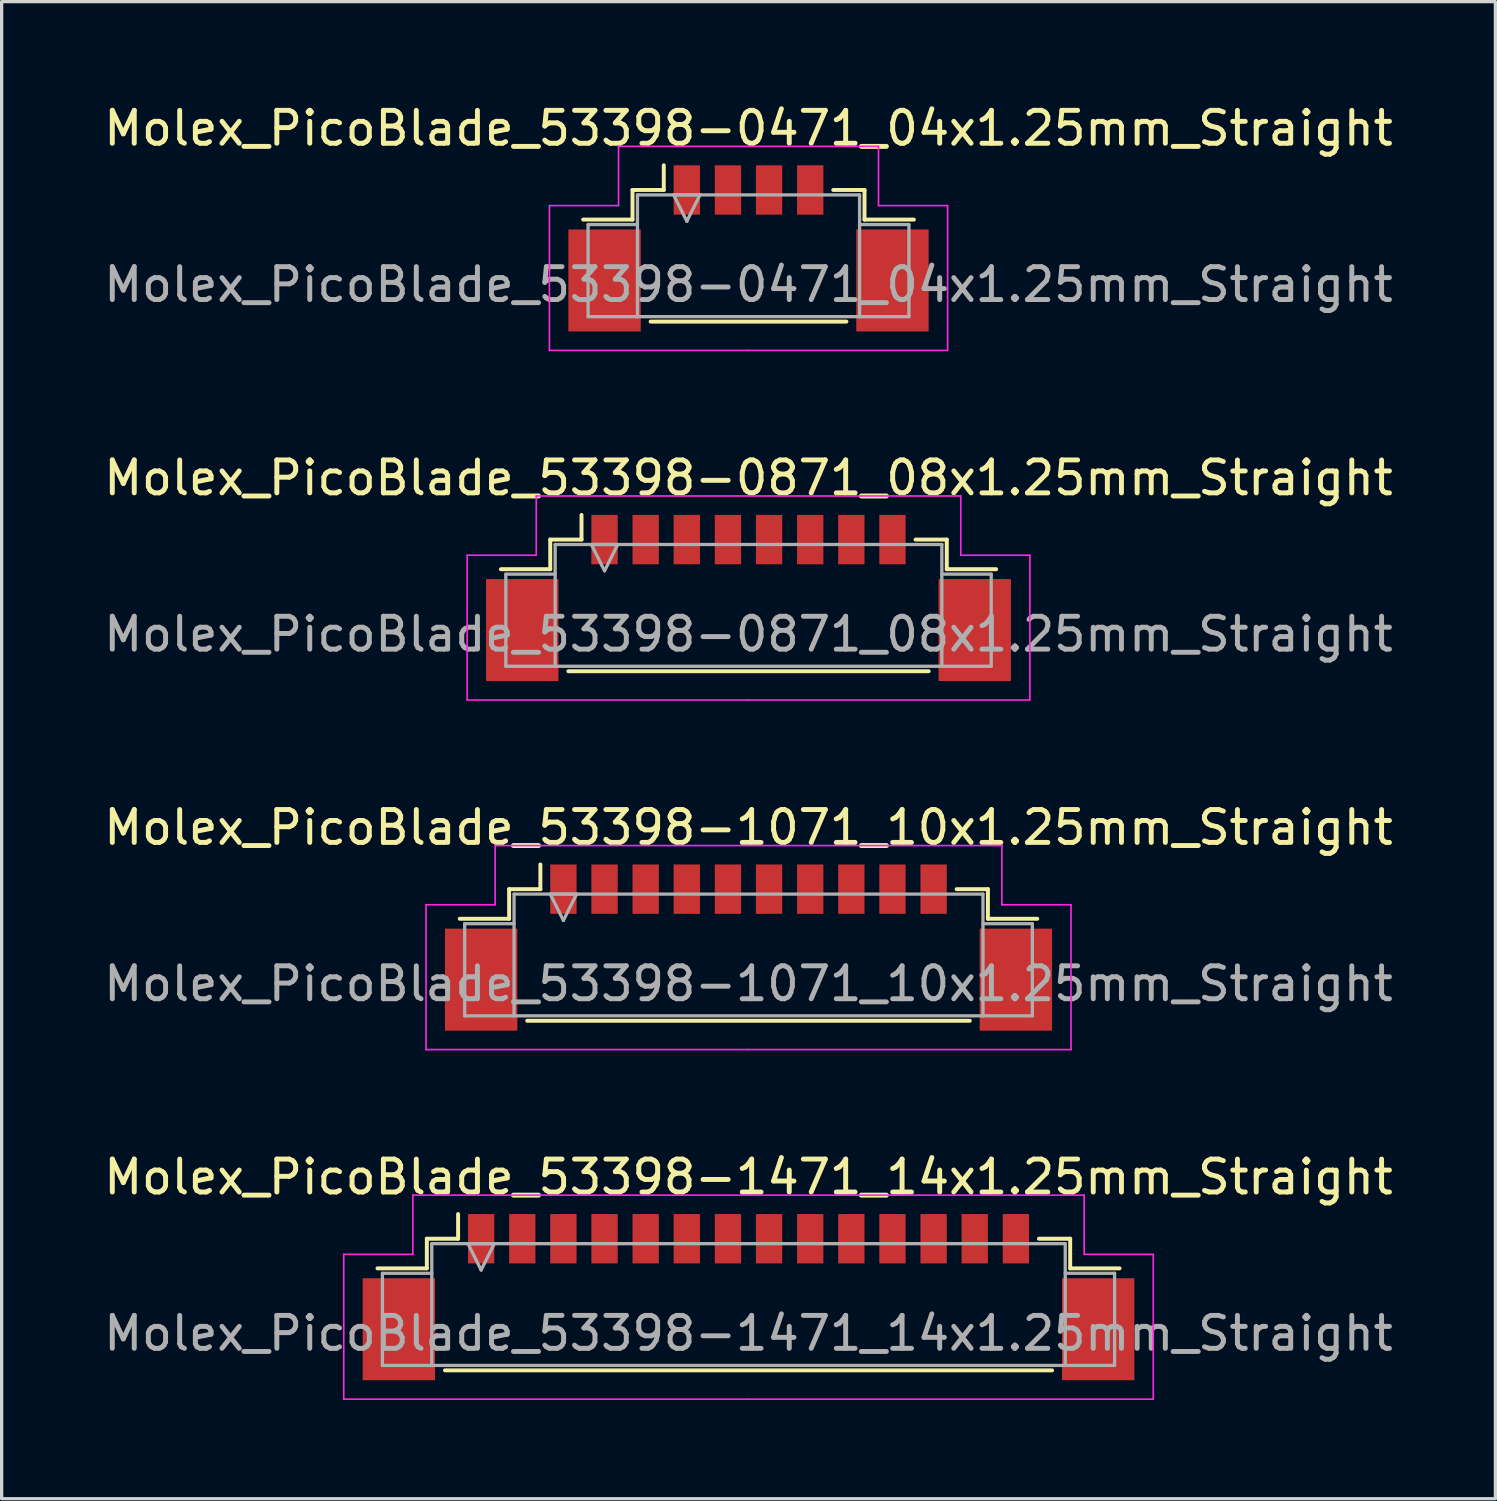
<source format=kicad_pcb>
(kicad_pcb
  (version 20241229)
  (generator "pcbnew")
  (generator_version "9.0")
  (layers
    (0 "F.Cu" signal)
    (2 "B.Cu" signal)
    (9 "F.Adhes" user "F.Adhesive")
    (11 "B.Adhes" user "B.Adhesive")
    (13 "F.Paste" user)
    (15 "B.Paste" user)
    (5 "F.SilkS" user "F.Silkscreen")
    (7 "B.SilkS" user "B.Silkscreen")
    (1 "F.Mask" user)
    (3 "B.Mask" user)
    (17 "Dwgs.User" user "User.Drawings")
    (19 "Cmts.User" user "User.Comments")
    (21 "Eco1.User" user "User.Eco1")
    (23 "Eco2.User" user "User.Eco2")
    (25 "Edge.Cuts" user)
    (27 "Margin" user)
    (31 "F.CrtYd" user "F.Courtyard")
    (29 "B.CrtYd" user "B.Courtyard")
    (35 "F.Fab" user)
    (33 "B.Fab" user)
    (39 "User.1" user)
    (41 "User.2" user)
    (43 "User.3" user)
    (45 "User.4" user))
  (footprint "Molex_PicoBlade_53398-0471_04x1.25mm_Straight"
    (layer "F.Cu")
    (at 19.696 4.098)
    (property "Reference" "Molex_PicoBlade_53398-0471_04x1.25mm_Straight" (at 0 -3.25 0) (layer "F.SilkS") (effects (font (size 1 1) (thickness 0.15))))
    (attr smd)
    (fp_line (start -3.525 -1.375) (end -3.525 -0.475) (stroke (width 0.12) (type solid)) (layer "F.SilkS"))
    (fp_line (start -3.525 -0.475) (end -5.025 -0.475) (stroke (width 0.12) (type solid)) (layer "F.SilkS"))
    (fp_line (start -2.975 2.625) (end 2.975 2.625) (stroke (width 0.12) (type solid)) (layer "F.SilkS"))
    (fp_line (start -2.575 -1.375) (end -3.525 -1.375) (stroke (width 0.12) (type solid)) (layer "F.SilkS"))
    (fp_line (start -2.575 -1.375) (end -2.575 -2.125) (stroke (width 0.12) (type solid)) (layer "F.SilkS"))
    (fp_line (start 2.575 -1.375) (end 3.525 -1.375) (stroke (width 0.12) (type solid)) (layer "F.SilkS"))
    (fp_line (start 3.525 -1.375) (end 3.525 -0.475) (stroke (width 0.12) (type solid)) (layer "F.SilkS"))
    (fp_line (start 3.525 -0.475) (end 5.025 -0.475) (stroke (width 0.12) (type solid)) (layer "F.SilkS"))
    (fp_line (start -6.05 -0.9) (end -6.05 3.5) (stroke (width 0.05) (type solid)) (layer "F.CrtYd"))
    (fp_line (start -6.05 3.5) (end 0 3.5) (stroke (width 0.05) (type solid)) (layer "F.CrtYd"))
    (fp_line (start -3.95 -2.7) (end -3.95 -0.9) (stroke (width 0.05) (type solid)) (layer "F.CrtYd"))
    (fp_line (start -3.95 -0.9) (end -6.05 -0.9) (stroke (width 0.05) (type solid)) (layer "F.CrtYd"))
    (fp_line (start 0 -2.7) (end -3.95 -2.7) (stroke (width 0.05) (type solid)) (layer "F.CrtYd"))
    (fp_line (start 0 -2.7) (end 3.95 -2.7) (stroke (width 0.05) (type solid)) (layer "F.CrtYd"))
    (fp_line (start 3.95 -2.7) (end 3.95 -0.9) (stroke (width 0.05) (type solid)) (layer "F.CrtYd"))
    (fp_line (start 3.95 -0.9) (end 6.05 -0.9) (stroke (width 0.05) (type solid)) (layer "F.CrtYd"))
    (fp_line (start 6.05 -0.9) (end 6.05 3.5) (stroke (width 0.05) (type solid)) (layer "F.CrtYd"))
    (fp_line (start 6.05 3.5) (end 0 3.5) (stroke (width 0.05) (type solid)) (layer "F.CrtYd"))
    (fp_line (start -4.875 -0.325) (end -3.375 -0.325) (stroke (width 0.1) (type solid)) (layer "F.Fab"))
    (fp_line (start -4.875 2.475) (end -4.875 -0.325) (stroke (width 0.1) (type solid)) (layer "F.Fab"))
    (fp_line (start -3.375 -1.225) (end -3.375 2.475) (stroke (width 0.1) (type solid)) (layer "F.Fab"))
    (fp_line (start -3.375 2.475) (end -4.875 2.475) (stroke (width 0.1) (type solid)) (layer "F.Fab"))
    (fp_line (start -3.375 2.475) (end 3.375 2.475) (stroke (width 0.1) (type solid)) (layer "F.Fab"))
    (fp_line (start -2.275 -1.225) (end -1.875 -0.425) (stroke (width 0.1) (type solid)) (layer "F.Fab"))
    (fp_line (start -1.875 -0.425) (end -1.475 -1.225) (stroke (width 0.1) (type solid)) (layer "F.Fab"))
    (fp_line (start -1.475 -1.225) (end -2.275 -1.225) (stroke (width 0.1) (type solid)) (layer "F.Fab"))
    (fp_line (start 3.375 -1.225) (end -3.375 -1.225) (stroke (width 0.1) (type solid)) (layer "F.Fab"))
    (fp_line (start 3.375 2.475) (end 3.375 -1.225) (stroke (width 0.1) (type solid)) (layer "F.Fab"))
    (fp_line (start 3.375 2.475) (end 4.875 2.475) (stroke (width 0.1) (type solid)) (layer "F.Fab"))
    (fp_line (start 4.875 -0.325) (end 3.375 -0.325) (stroke (width 0.1) (type solid)) (layer "F.Fab"))
    (fp_line (start 4.875 2.475) (end 4.875 -0.325) (stroke (width 0.1) (type solid)) (layer "F.Fab"))
    (fp_text user "${REFERENCE}" (at 0 1.5 0) (layer "F.Fab") (effects (font (size 1 1) (thickness 0.15))))
    (pad "" smd rect (at -4.375 1.375) (size 2.2 3.1) (layers "F.Cu" "F.Mask" "F.Paste"))
    (pad "" smd rect (at 4.375 1.375) (size 2.2 3.1) (layers "F.Cu" "F.Mask" "F.Paste"))
    (pad "1" smd rect (at -1.875 -1.375) (size 0.8 1.5) (layers "F.Cu" "F.Mask" "F.Paste"))
    (pad "2" smd rect (at -0.625 -1.375) (size 0.8 1.5) (layers "F.Cu" "F.Mask" "F.Paste"))
    (pad "3" smd rect (at 0.625 -1.375) (size 0.8 1.5) (layers "F.Cu" "F.Mask" "F.Paste"))
    (pad "4" smd rect (at 1.875 -1.375) (size 0.8 1.5) (layers "F.Cu" "F.Mask" "F.Paste")))
  (footprint "Molex_PicoBlade_53398-1471_14x1.25mm_Straight"
    (layer "F.Cu")
    (at 19.696 35.968)
    (property "Reference" "Molex_PicoBlade_53398-1471_14x1.25mm_Straight" (at 0 -3.25 0) (layer "F.SilkS") (effects (font (size 1 1) (thickness 0.15))))
    (attr smd)
    (fp_line (start -9.775 -1.375) (end -9.775 -0.475) (stroke (width 0.12) (type solid)) (layer "F.SilkS"))
    (fp_line (start -9.775 -0.475) (end -11.275 -0.475) (stroke (width 0.12) (type solid)) (layer "F.SilkS"))
    (fp_line (start -9.225 2.625) (end 9.225 2.625) (stroke (width 0.12) (type solid)) (layer "F.SilkS"))
    (fp_line (start -8.825 -1.375) (end -9.775 -1.375) (stroke (width 0.12) (type solid)) (layer "F.SilkS"))
    (fp_line (start -8.825 -1.375) (end -8.825 -2.125) (stroke (width 0.12) (type solid)) (layer "F.SilkS"))
    (fp_line (start 8.825 -1.375) (end 9.775 -1.375) (stroke (width 0.12) (type solid)) (layer "F.SilkS"))
    (fp_line (start 9.775 -1.375) (end 9.775 -0.475) (stroke (width 0.12) (type solid)) (layer "F.SilkS"))
    (fp_line (start 9.775 -0.475) (end 11.275 -0.475) (stroke (width 0.12) (type solid)) (layer "F.SilkS"))
    (fp_line (start -12.3 -0.9) (end -12.3 3.5) (stroke (width 0.05) (type solid)) (layer "F.CrtYd"))
    (fp_line (start -12.3 3.5) (end 0 3.5) (stroke (width 0.05) (type solid)) (layer "F.CrtYd"))
    (fp_line (start -10.2 -2.7) (end -10.2 -0.9) (stroke (width 0.05) (type solid)) (layer "F.CrtYd"))
    (fp_line (start -10.2 -0.9) (end -12.3 -0.9) (stroke (width 0.05) (type solid)) (layer "F.CrtYd"))
    (fp_line (start 0 -2.7) (end -10.2 -2.7) (stroke (width 0.05) (type solid)) (layer "F.CrtYd"))
    (fp_line (start 0 -2.7) (end 10.2 -2.7) (stroke (width 0.05) (type solid)) (layer "F.CrtYd"))
    (fp_line (start 10.2 -2.7) (end 10.2 -0.9) (stroke (width 0.05) (type solid)) (layer "F.CrtYd"))
    (fp_line (start 10.2 -0.9) (end 12.3 -0.9) (stroke (width 0.05) (type solid)) (layer "F.CrtYd"))
    (fp_line (start 12.3 -0.9) (end 12.3 3.5) (stroke (width 0.05) (type solid)) (layer "F.CrtYd"))
    (fp_line (start 12.3 3.5) (end 0 3.5) (stroke (width 0.05) (type solid)) (layer "F.CrtYd"))
    (fp_line (start -11.125 -0.325) (end -9.625 -0.325) (stroke (width 0.1) (type solid)) (layer "F.Fab"))
    (fp_line (start -11.125 2.475) (end -11.125 -0.325) (stroke (width 0.1) (type solid)) (layer "F.Fab"))
    (fp_line (start -9.625 -1.225) (end -9.625 2.475) (stroke (width 0.1) (type solid)) (layer "F.Fab"))
    (fp_line (start -9.625 2.475) (end -11.125 2.475) (stroke (width 0.1) (type solid)) (layer "F.Fab"))
    (fp_line (start -9.625 2.475) (end 9.625 2.475) (stroke (width 0.1) (type solid)) (layer "F.Fab"))
    (fp_line (start -8.525 -1.225) (end -8.125 -0.425) (stroke (width 0.1) (type solid)) (layer "F.Fab"))
    (fp_line (start -8.125 -0.425) (end -7.725 -1.225) (stroke (width 0.1) (type solid)) (layer "F.Fab"))
    (fp_line (start -7.725 -1.225) (end -8.525 -1.225) (stroke (width 0.1) (type solid)) (layer "F.Fab"))
    (fp_line (start 9.625 -1.225) (end -9.625 -1.225) (stroke (width 0.1) (type solid)) (layer "F.Fab"))
    (fp_line (start 9.625 2.475) (end 9.625 -1.225) (stroke (width 0.1) (type solid)) (layer "F.Fab"))
    (fp_line (start 9.625 2.475) (end 11.125 2.475) (stroke (width 0.1) (type solid)) (layer "F.Fab"))
    (fp_line (start 11.125 -0.325) (end 9.625 -0.325) (stroke (width 0.1) (type solid)) (layer "F.Fab"))
    (fp_line (start 11.125 2.475) (end 11.125 -0.325) (stroke (width 0.1) (type solid)) (layer "F.Fab"))
    (fp_text user "${REFERENCE}" (at 0 1.5 0) (layer "F.Fab") (effects (font (size 1 1) (thickness 0.15))))
    (pad "" smd rect (at -10.625 1.375) (size 2.2 3.1) (layers "F.Cu" "F.Mask" "F.Paste"))
    (pad "" smd rect (at 10.625 1.375) (size 2.2 3.1) (layers "F.Cu" "F.Mask" "F.Paste"))
    (pad "1" smd rect (at -8.125 -1.375) (size 0.8 1.5) (layers "F.Cu" "F.Mask" "F.Paste"))
    (pad "2" smd rect (at -6.875 -1.375) (size 0.8 1.5) (layers "F.Cu" "F.Mask" "F.Paste"))
    (pad "3" smd rect (at -5.625 -1.375) (size 0.8 1.5) (layers "F.Cu" "F.Mask" "F.Paste"))
    (pad "4" smd rect (at -4.375 -1.375) (size 0.8 1.5) (layers "F.Cu" "F.Mask" "F.Paste"))
    (pad "5" smd rect (at -3.125 -1.375) (size 0.8 1.5) (layers "F.Cu" "F.Mask" "F.Paste"))
    (pad "6" smd rect (at -1.875 -1.375) (size 0.8 1.5) (layers "F.Cu" "F.Mask" "F.Paste"))
    (pad "7" smd rect (at -0.625 -1.375) (size 0.8 1.5) (layers "F.Cu" "F.Mask" "F.Paste"))
    (pad "8" smd rect (at 0.625 -1.375) (size 0.8 1.5) (layers "F.Cu" "F.Mask" "F.Paste"))
    (pad "9" smd rect (at 1.875 -1.375) (size 0.8 1.5) (layers "F.Cu" "F.Mask" "F.Paste"))
    (pad "10" smd rect (at 3.125 -1.375) (size 0.8 1.5) (layers "F.Cu" "F.Mask" "F.Paste"))
    (pad "11" smd rect (at 4.375 -1.375) (size 0.8 1.5) (layers "F.Cu" "F.Mask" "F.Paste"))
    (pad "12" smd rect (at 5.625 -1.375) (size 0.8 1.5) (layers "F.Cu" "F.Mask" "F.Paste"))
    (pad "13" smd rect (at 6.875 -1.375) (size 0.8 1.5) (layers "F.Cu" "F.Mask" "F.Paste"))
    (pad "14" smd rect (at 8.125 -1.375) (size 0.8 1.5) (layers "F.Cu" "F.Mask" "F.Paste")))
  (footprint "Molex_PicoBlade_53398-0871_08x1.25mm_Straight"
    (layer "F.Cu")
    (at 19.696 14.722)
    (property "Reference" "Molex_PicoBlade_53398-0871_08x1.25mm_Straight" (at 0 -3.25 0) (layer "F.SilkS") (effects (font (size 1 1) (thickness 0.15))))
    (attr smd)
    (fp_line (start -6.025 -1.375) (end -6.025 -0.475) (stroke (width 0.12) (type solid)) (layer "F.SilkS"))
    (fp_line (start -6.025 -0.475) (end -7.525 -0.475) (stroke (width 0.12) (type solid)) (layer "F.SilkS"))
    (fp_line (start -5.475 2.625) (end 5.475 2.625) (stroke (width 0.12) (type solid)) (layer "F.SilkS"))
    (fp_line (start -5.075 -1.375) (end -6.025 -1.375) (stroke (width 0.12) (type solid)) (layer "F.SilkS"))
    (fp_line (start -5.075 -1.375) (end -5.075 -2.125) (stroke (width 0.12) (type solid)) (layer "F.SilkS"))
    (fp_line (start 5.075 -1.375) (end 6.025 -1.375) (stroke (width 0.12) (type solid)) (layer "F.SilkS"))
    (fp_line (start 6.025 -1.375) (end 6.025 -0.475) (stroke (width 0.12) (type solid)) (layer "F.SilkS"))
    (fp_line (start 6.025 -0.475) (end 7.525 -0.475) (stroke (width 0.12) (type solid)) (layer "F.SilkS"))
    (fp_line (start -8.55 -0.9) (end -8.55 3.5) (stroke (width 0.05) (type solid)) (layer "F.CrtYd"))
    (fp_line (start -8.55 3.5) (end 0 3.5) (stroke (width 0.05) (type solid)) (layer "F.CrtYd"))
    (fp_line (start -6.45 -2.7) (end -6.45 -0.9) (stroke (width 0.05) (type solid)) (layer "F.CrtYd"))
    (fp_line (start -6.45 -0.9) (end -8.55 -0.9) (stroke (width 0.05) (type solid)) (layer "F.CrtYd"))
    (fp_line (start 0 -2.7) (end -6.45 -2.7) (stroke (width 0.05) (type solid)) (layer "F.CrtYd"))
    (fp_line (start 0 -2.7) (end 6.45 -2.7) (stroke (width 0.05) (type solid)) (layer "F.CrtYd"))
    (fp_line (start 6.45 -2.7) (end 6.45 -0.9) (stroke (width 0.05) (type solid)) (layer "F.CrtYd"))
    (fp_line (start 6.45 -0.9) (end 8.55 -0.9) (stroke (width 0.05) (type solid)) (layer "F.CrtYd"))
    (fp_line (start 8.55 -0.9) (end 8.55 3.5) (stroke (width 0.05) (type solid)) (layer "F.CrtYd"))
    (fp_line (start 8.55 3.5) (end 0 3.5) (stroke (width 0.05) (type solid)) (layer "F.CrtYd"))
    (fp_line (start -7.375 -0.325) (end -5.875 -0.325) (stroke (width 0.1) (type solid)) (layer "F.Fab"))
    (fp_line (start -7.375 2.475) (end -7.375 -0.325) (stroke (width 0.1) (type solid)) (layer "F.Fab"))
    (fp_line (start -5.875 -1.225) (end -5.875 2.475) (stroke (width 0.1) (type solid)) (layer "F.Fab"))
    (fp_line (start -5.875 2.475) (end -7.375 2.475) (stroke (width 0.1) (type solid)) (layer "F.Fab"))
    (fp_line (start -5.875 2.475) (end 5.875 2.475) (stroke (width 0.1) (type solid)) (layer "F.Fab"))
    (fp_line (start -4.775 -1.225) (end -4.375 -0.425) (stroke (width 0.1) (type solid)) (layer "F.Fab"))
    (fp_line (start -4.375 -0.425) (end -3.975 -1.225) (stroke (width 0.1) (type solid)) (layer "F.Fab"))
    (fp_line (start -3.975 -1.225) (end -4.775 -1.225) (stroke (width 0.1) (type solid)) (layer "F.Fab"))
    (fp_line (start 5.875 -1.225) (end -5.875 -1.225) (stroke (width 0.1) (type solid)) (layer "F.Fab"))
    (fp_line (start 5.875 2.475) (end 5.875 -1.225) (stroke (width 0.1) (type solid)) (layer "F.Fab"))
    (fp_line (start 5.875 2.475) (end 7.375 2.475) (stroke (width 0.1) (type solid)) (layer "F.Fab"))
    (fp_line (start 7.375 -0.325) (end 5.875 -0.325) (stroke (width 0.1) (type solid)) (layer "F.Fab"))
    (fp_line (start 7.375 2.475) (end 7.375 -0.325) (stroke (width 0.1) (type solid)) (layer "F.Fab"))
    (fp_text user "${REFERENCE}" (at 0 1.5 0) (layer "F.Fab") (effects (font (size 1 1) (thickness 0.15))))
    (pad "" smd rect (at -6.875 1.375) (size 2.2 3.1) (layers "F.Cu" "F.Mask" "F.Paste"))
    (pad "" smd rect (at 6.875 1.375) (size 2.2 3.1) (layers "F.Cu" "F.Mask" "F.Paste"))
    (pad "1" smd rect (at -4.375 -1.375) (size 0.8 1.5) (layers "F.Cu" "F.Mask" "F.Paste"))
    (pad "2" smd rect (at -3.125 -1.375) (size 0.8 1.5) (layers "F.Cu" "F.Mask" "F.Paste"))
    (pad "3" smd rect (at -1.875 -1.375) (size 0.8 1.5) (layers "F.Cu" "F.Mask" "F.Paste"))
    (pad "4" smd rect (at -0.625 -1.375) (size 0.8 1.5) (layers "F.Cu" "F.Mask" "F.Paste"))
    (pad "5" smd rect (at 0.625 -1.375) (size 0.8 1.5) (layers "F.Cu" "F.Mask" "F.Paste"))
    (pad "6" smd rect (at 1.875 -1.375) (size 0.8 1.5) (layers "F.Cu" "F.Mask" "F.Paste"))
    (pad "7" smd rect (at 3.125 -1.375) (size 0.8 1.5) (layers "F.Cu" "F.Mask" "F.Paste"))
    (pad "8" smd rect (at 4.375 -1.375) (size 0.8 1.5) (layers "F.Cu" "F.Mask" "F.Paste")))
  (footprint "Molex_PicoBlade_53398-1071_10x1.25mm_Straight"
    (layer "F.Cu")
    (at 19.696 25.345)
    (property "Reference" "Molex_PicoBlade_53398-1071_10x1.25mm_Straight" (at 0 -3.25 0) (layer "F.SilkS") (effects (font (size 1 1) (thickness 0.15))))
    (attr smd)
    (fp_line (start -7.275 -1.375) (end -7.275 -0.475) (stroke (width 0.12) (type solid)) (layer "F.SilkS"))
    (fp_line (start -7.275 -0.475) (end -8.775 -0.475) (stroke (width 0.12) (type solid)) (layer "F.SilkS"))
    (fp_line (start -6.725 2.625) (end 6.725 2.625) (stroke (width 0.12) (type solid)) (layer "F.SilkS"))
    (fp_line (start -6.325 -1.375) (end -7.275 -1.375) (stroke (width 0.12) (type solid)) (layer "F.SilkS"))
    (fp_line (start -6.325 -1.375) (end -6.325 -2.125) (stroke (width 0.12) (type solid)) (layer "F.SilkS"))
    (fp_line (start 6.325 -1.375) (end 7.275 -1.375) (stroke (width 0.12) (type solid)) (layer "F.SilkS"))
    (fp_line (start 7.275 -1.375) (end 7.275 -0.475) (stroke (width 0.12) (type solid)) (layer "F.SilkS"))
    (fp_line (start 7.275 -0.475) (end 8.775 -0.475) (stroke (width 0.12) (type solid)) (layer "F.SilkS"))
    (fp_line (start -9.8 -0.9) (end -9.8 3.5) (stroke (width 0.05) (type solid)) (layer "F.CrtYd"))
    (fp_line (start -9.8 3.5) (end 0 3.5) (stroke (width 0.05) (type solid)) (layer "F.CrtYd"))
    (fp_line (start -7.7 -2.7) (end -7.7 -0.9) (stroke (width 0.05) (type solid)) (layer "F.CrtYd"))
    (fp_line (start -7.7 -0.9) (end -9.8 -0.9) (stroke (width 0.05) (type solid)) (layer "F.CrtYd"))
    (fp_line (start 0 -2.7) (end -7.7 -2.7) (stroke (width 0.05) (type solid)) (layer "F.CrtYd"))
    (fp_line (start 0 -2.7) (end 7.7 -2.7) (stroke (width 0.05) (type solid)) (layer "F.CrtYd"))
    (fp_line (start 7.7 -2.7) (end 7.7 -0.9) (stroke (width 0.05) (type solid)) (layer "F.CrtYd"))
    (fp_line (start 7.7 -0.9) (end 9.8 -0.9) (stroke (width 0.05) (type solid)) (layer "F.CrtYd"))
    (fp_line (start 9.8 -0.9) (end 9.8 3.5) (stroke (width 0.05) (type solid)) (layer "F.CrtYd"))
    (fp_line (start 9.8 3.5) (end 0 3.5) (stroke (width 0.05) (type solid)) (layer "F.CrtYd"))
    (fp_line (start -8.625 -0.325) (end -7.125 -0.325) (stroke (width 0.1) (type solid)) (layer "F.Fab"))
    (fp_line (start -8.625 2.475) (end -8.625 -0.325) (stroke (width 0.1) (type solid)) (layer "F.Fab"))
    (fp_line (start -7.125 -1.225) (end -7.125 2.475) (stroke (width 0.1) (type solid)) (layer "F.Fab"))
    (fp_line (start -7.125 2.475) (end -8.625 2.475) (stroke (width 0.1) (type solid)) (layer "F.Fab"))
    (fp_line (start -7.125 2.475) (end 7.125 2.475) (stroke (width 0.1) (type solid)) (layer "F.Fab"))
    (fp_line (start -6.025 -1.225) (end -5.625 -0.425) (stroke (width 0.1) (type solid)) (layer "F.Fab"))
    (fp_line (start -5.625 -0.425) (end -5.225 -1.225) (stroke (width 0.1) (type solid)) (layer "F.Fab"))
    (fp_line (start -5.225 -1.225) (end -6.025 -1.225) (stroke (width 0.1) (type solid)) (layer "F.Fab"))
    (fp_line (start 7.125 -1.225) (end -7.125 -1.225) (stroke (width 0.1) (type solid)) (layer "F.Fab"))
    (fp_line (start 7.125 2.475) (end 7.125 -1.225) (stroke (width 0.1) (type solid)) (layer "F.Fab"))
    (fp_line (start 7.125 2.475) (end 8.625 2.475) (stroke (width 0.1) (type solid)) (layer "F.Fab"))
    (fp_line (start 8.625 -0.325) (end 7.125 -0.325) (stroke (width 0.1) (type solid)) (layer "F.Fab"))
    (fp_line (start 8.625 2.475) (end 8.625 -0.325) (stroke (width 0.1) (type solid)) (layer "F.Fab"))
    (fp_text user "${REFERENCE}" (at 0 1.5 0) (layer "F.Fab") (effects (font (size 1 1) (thickness 0.15))))
    (pad "" smd rect (at -8.125 1.375) (size 2.2 3.1) (layers "F.Cu" "F.Mask" "F.Paste"))
    (pad "" smd rect (at 8.125 1.375) (size 2.2 3.1) (layers "F.Cu" "F.Mask" "F.Paste"))
    (pad "1" smd rect (at -5.625 -1.375) (size 0.8 1.5) (layers "F.Cu" "F.Mask" "F.Paste"))
    (pad "2" smd rect (at -4.375 -1.375) (size 0.8 1.5) (layers "F.Cu" "F.Mask" "F.Paste"))
    (pad "3" smd rect (at -3.125 -1.375) (size 0.8 1.5) (layers "F.Cu" "F.Mask" "F.Paste"))
    (pad "4" smd rect (at -1.875 -1.375) (size 0.8 1.5) (layers "F.Cu" "F.Mask" "F.Paste"))
    (pad "5" smd rect (at -0.625 -1.375) (size 0.8 1.5) (layers "F.Cu" "F.Mask" "F.Paste"))
    (pad "6" smd rect (at 0.625 -1.375) (size 0.8 1.5) (layers "F.Cu" "F.Mask" "F.Paste"))
    (pad "7" smd rect (at 1.875 -1.375) (size 0.8 1.5) (layers "F.Cu" "F.Mask" "F.Paste"))
    (pad "8" smd rect (at 3.125 -1.375) (size 0.8 1.5) (layers "F.Cu" "F.Mask" "F.Paste"))
    (pad "9" smd rect (at 4.375 -1.375) (size 0.8 1.5) (layers "F.Cu" "F.Mask" "F.Paste"))
    (pad "10" smd rect (at 5.625 -1.375) (size 0.8 1.5) (layers "F.Cu" "F.Mask" "F.Paste")))
  (gr_rect
    (start -3 -3)
    (end 42.393 42.493)
    (stroke (width 0.1) (type default))
    (fill no)
    (layer "Edge.Cuts")))
</source>
